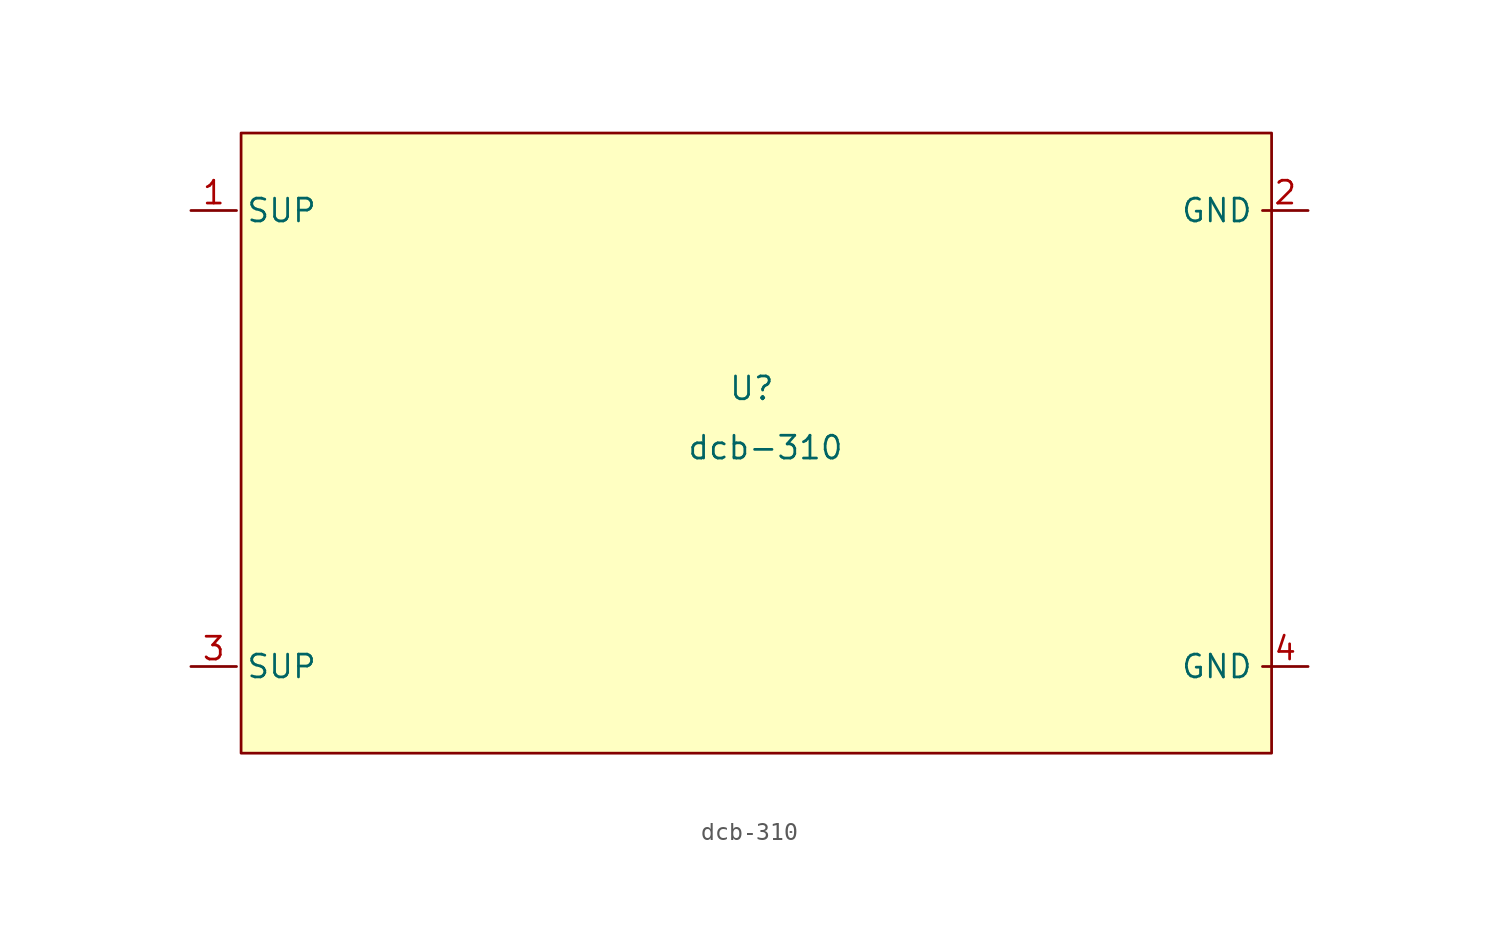
<source format=kicad_sym>
(kicad_symbol_lib
  (version 20211014)
  (generator kicad_symbol_editor)
  (symbol "dcb-310"
    (property "Reference" "U"
      (at -1.778 0.254 0)
      (effects (font (size 1.27 1.27))))
    (property "Value" "dcb-310"
      (at -1.016 -3.048 0)
      (effects (font (size 1.27 1.27))))
    (symbol "dcb-310_0_1"
      (rectangle (start -30.226 14.478) (end 27.178 -20.066) (stroke (width 0) (type default) (color 0 0 0 0)) (fill (type background))))
    (symbol "dcb-310_1_1"
      (pin input line (at -33.02 10.16 0) (length 2.54) (name "SUP" (effects (font (size 1.27 1.27)))) (number "1" (effects (font (size 1.27 1.27)))))
      (pin output line (at 29.21 10.16 180) (length 2.54) (name "GND" (effects (font (size 1.27 1.27)))) (number "2" (effects (font (size 1.27 1.27)))))
      (pin input line (at -33.02 -15.24 0) (length 2.54) (name "SUP" (effects (font (size 1.27 1.27)))) (number "3" (effects (font (size 1.27 1.27)))))
      (pin output line (at 29.21 -15.24 180) (length 2.54) (name "GND" (effects (font (size 1.27 1.27)))) (number "4" (effects (font (size 1.27 1.27))))))))
</source>
